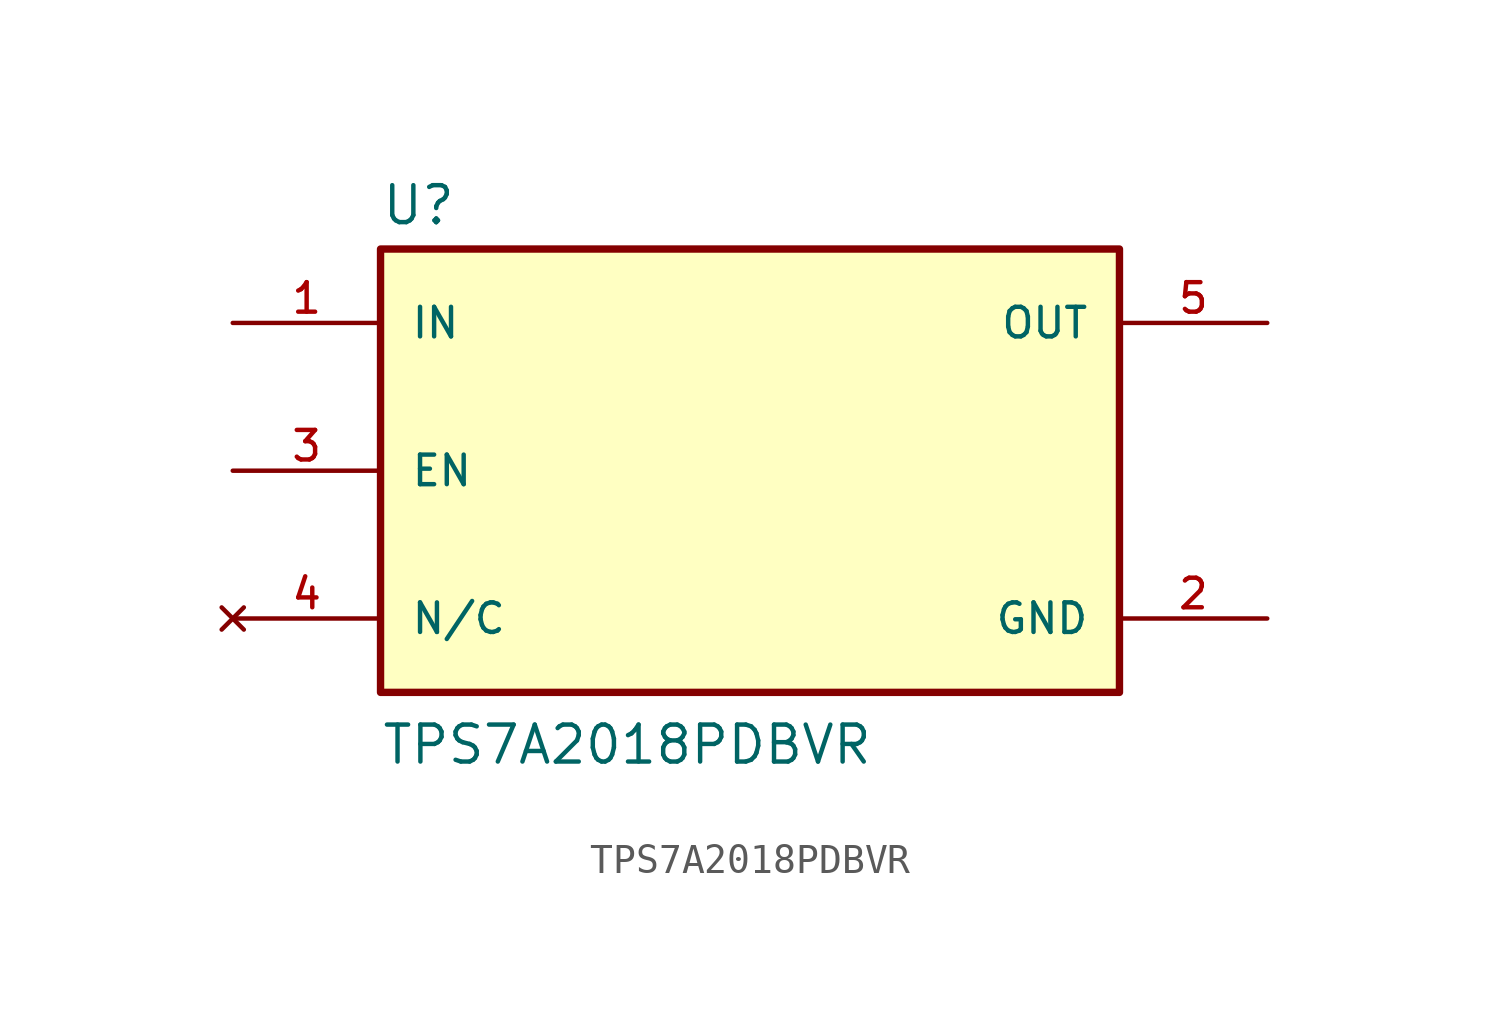
<source format=kicad_sym>
(kicad_symbol_lib
  (version 20231120)
  (generator "kicad_symbol_editor")
  (generator_version "8.0")
  (symbol "TPS7A2018PDBVR"
    (pin_names
      (offset 1.016))
    (property "Reference" "U"
      (at -12.7 8.382 0)
      (effects (font (size 1.27 1.27)) (justify left bottom)))
    (property "Value" "TPS7A2018PDBVR"
      (at -12.7 -10.16 0)
      (effects (font (size 1.27 1.27)) (justify left bottom)))
    (symbol "TPS7A2018PDBVR_0_0"
      (rectangle (start -12.7 -7.62) (end 12.7 7.62) (stroke (width 0.254) (type default)) (fill (type background)))
      (pin input line (at -17.78 5.08 0) (length 5.08) (name "IN" (effects (font (size 1.016 1.016)))) (number "1" (effects (font (size 1.016 1.016)))))
      (pin power_in line (at 17.78 -5.08 180) (length 5.08) (name "GND" (effects (font (size 1.016 1.016)))) (number "2" (effects (font (size 1.016 1.016)))))
      (pin input line (at -17.78 0 0) (length 5.08) (name "EN" (effects (font (size 1.016 1.016)))) (number "3" (effects (font (size 1.016 1.016)))))
      (pin no_connect line (at -17.78 -5.08 0) (length 5.08) (name "N/C" (effects (font (size 1.016 1.016)))) (number "4" (effects (font (size 1.016 1.016)))))
      (pin output line (at 17.78 5.08 180) (length 5.08) (name "OUT" (effects (font (size 1.016 1.016)))) (number "5" (effects (font (size 1.016 1.016))))))))
</source>
